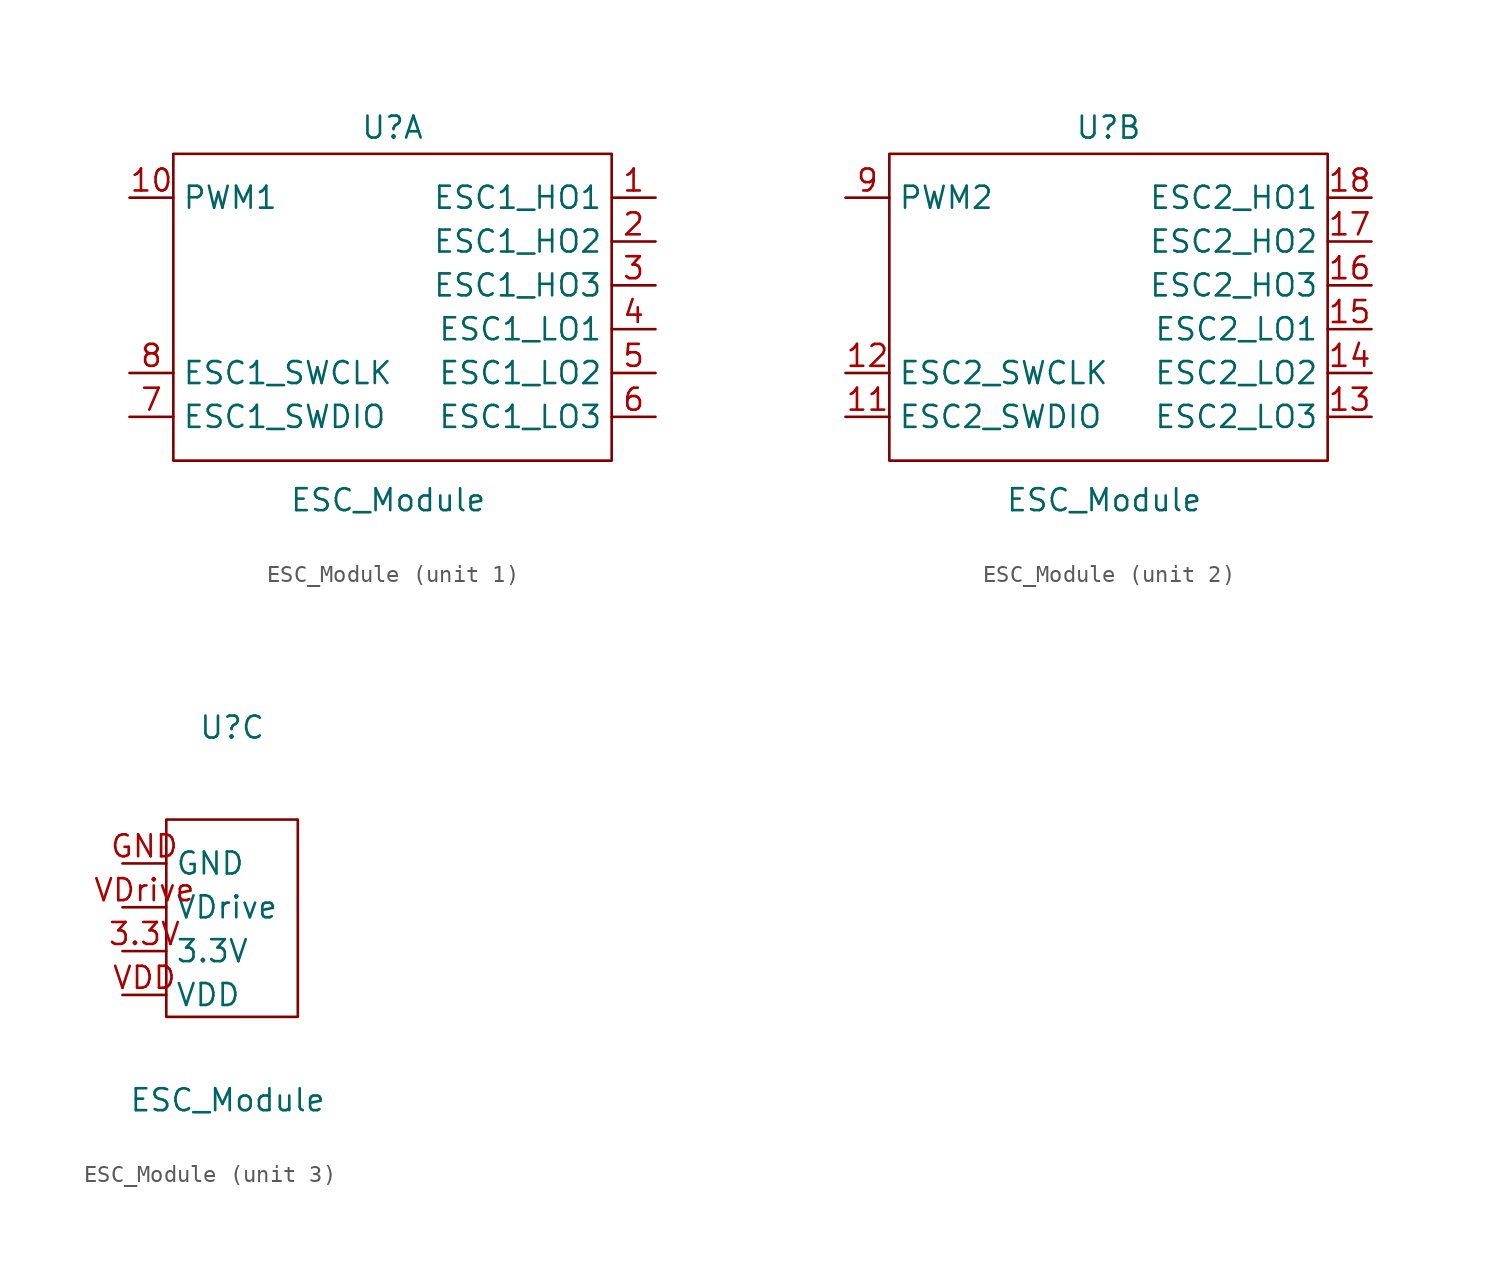
<source format=kicad_sym>
(kicad_symbol_lib
  (version 20241209)
  (generator "kicad_symbol_editor")
  (generator_version "9.0")
  (symbol "ESC_Module"
    (property "Reference" "U"
      (at 0 10.414 0)
      (effects (font (size 1.27 1.27))))
    (property "Value" "ESC_Module"
      (at -0.254 -11.176 0)
      (effects (font (size 1.27 1.27))))
    (property "ki_locked" ""
      (at 0 0 0)
      (effects (font (size 1.27 1.27))))
    (symbol "ESC_Module_1_1"
      (rectangle (start -12.7 8.89) (end 12.7 -8.89) (stroke (width 0) (type default)) (fill (type none)))
      (pin input line (at -15.24 6.35 0) (length 2.54) (name "PWM1" (effects (font (size 1.27 1.27)))) (number "10" (effects (font (size 1.27 1.27)))))
      (pin input line (at -15.24 -3.81 0) (length 2.54) (name "ESC1_SWCLK" (effects (font (size 1.27 1.27)))) (number "8" (effects (font (size 1.27 1.27)))))
      (pin input line (at -15.24 -6.35 0) (length 2.54) (name "ESC1_SWDIO" (effects (font (size 1.27 1.27)))) (number "7" (effects (font (size 1.27 1.27)))))
      (pin output line (at 15.24 6.35 180) (length 2.54) (name "ESC1_HO1" (effects (font (size 1.27 1.27)))) (number "1" (effects (font (size 1.27 1.27)))))
      (pin output line (at 15.24 3.81 180) (length 2.54) (name "ESC1_HO2" (effects (font (size 1.27 1.27)))) (number "2" (effects (font (size 1.27 1.27)))))
      (pin output line (at 15.24 1.27 180) (length 2.54) (name "ESC1_HO3" (effects (font (size 1.27 1.27)))) (number "3" (effects (font (size 1.27 1.27)))))
      (pin output line (at 15.24 -1.27 180) (length 2.54) (name "ESC1_LO1" (effects (font (size 1.27 1.27)))) (number "4" (effects (font (size 1.27 1.27)))))
      (pin output line (at 15.24 -3.81 180) (length 2.54) (name "ESC1_LO2" (effects (font (size 1.27 1.27)))) (number "5" (effects (font (size 1.27 1.27)))))
      (pin output line (at 15.24 -6.35 180) (length 2.54) (name "ESC1_LO3" (effects (font (size 1.27 1.27)))) (number "6" (effects (font (size 1.27 1.27))))))
    (symbol "ESC_Module_2_1"
      (rectangle (start -12.7 8.89) (end 12.7 -8.89) (stroke (width 0) (type default)) (fill (type none)))
      (pin input line (at -15.24 6.35 0) (length 2.54) (name "PWM2" (effects (font (size 1.27 1.27)))) (number "9" (effects (font (size 1.27 1.27)))))
      (pin input line (at -15.24 -3.81 0) (length 2.54) (name "ESC2_SWCLK" (effects (font (size 1.27 1.27)))) (number "12" (effects (font (size 1.27 1.27)))))
      (pin input line (at -15.24 -6.35 0) (length 2.54) (name "ESC2_SWDIO" (effects (font (size 1.27 1.27)))) (number "11" (effects (font (size 1.27 1.27)))))
      (pin output line (at 15.24 6.35 180) (length 2.54) (name "ESC2_HO1" (effects (font (size 1.27 1.27)))) (number "18" (effects (font (size 1.27 1.27)))))
      (pin output line (at 15.24 3.81 180) (length 2.54) (name "ESC2_HO2" (effects (font (size 1.27 1.27)))) (number "17" (effects (font (size 1.27 1.27)))))
      (pin output line (at 15.24 1.27 180) (length 2.54) (name "ESC2_HO3" (effects (font (size 1.27 1.27)))) (number "16" (effects (font (size 1.27 1.27)))))
      (pin output line (at 15.24 -1.27 180) (length 2.54) (name "ESC2_LO1" (effects (font (size 1.27 1.27)))) (number "15" (effects (font (size 1.27 1.27)))))
      (pin output line (at 15.24 -3.81 180) (length 2.54) (name "ESC2_LO2" (effects (font (size 1.27 1.27)))) (number "14" (effects (font (size 1.27 1.27)))))
      (pin output line (at 15.24 -6.35 180) (length 2.54) (name "ESC2_LO3" (effects (font (size 1.27 1.27)))) (number "13" (effects (font (size 1.27 1.27))))))
    (symbol "ESC_Module_3_1"
      (rectangle (start -3.81 5.08) (end 3.81 -6.35) (stroke (width 0) (type default)) (fill (type none)))
      (pin power_in line (at -6.35 2.54 0) (length 2.54) (name "GND" (effects (font (size 1.27 1.27)))) (number "GND" (effects (font (size 1.27 1.27)))))
      (pin power_in line (at -6.35 0 0) (length 2.54) (name "VDrive" (effects (font (size 1.27 1.27)))) (number "VDrive" (effects (font (size 1.27 1.27)))))
      (pin power_in line (at -6.35 -2.54 0) (length 2.54) (name "3.3V" (effects (font (size 1.27 1.27)))) (number "3.3V" (effects (font (size 1.27 1.27)))))
      (pin power_in line (at -6.35 -5.08 0) (length 2.54) (name "VDD" (effects (font (size 1.27 1.27)))) (number "VDD" (effects (font (size 1.27 1.27))))))))
</source>
